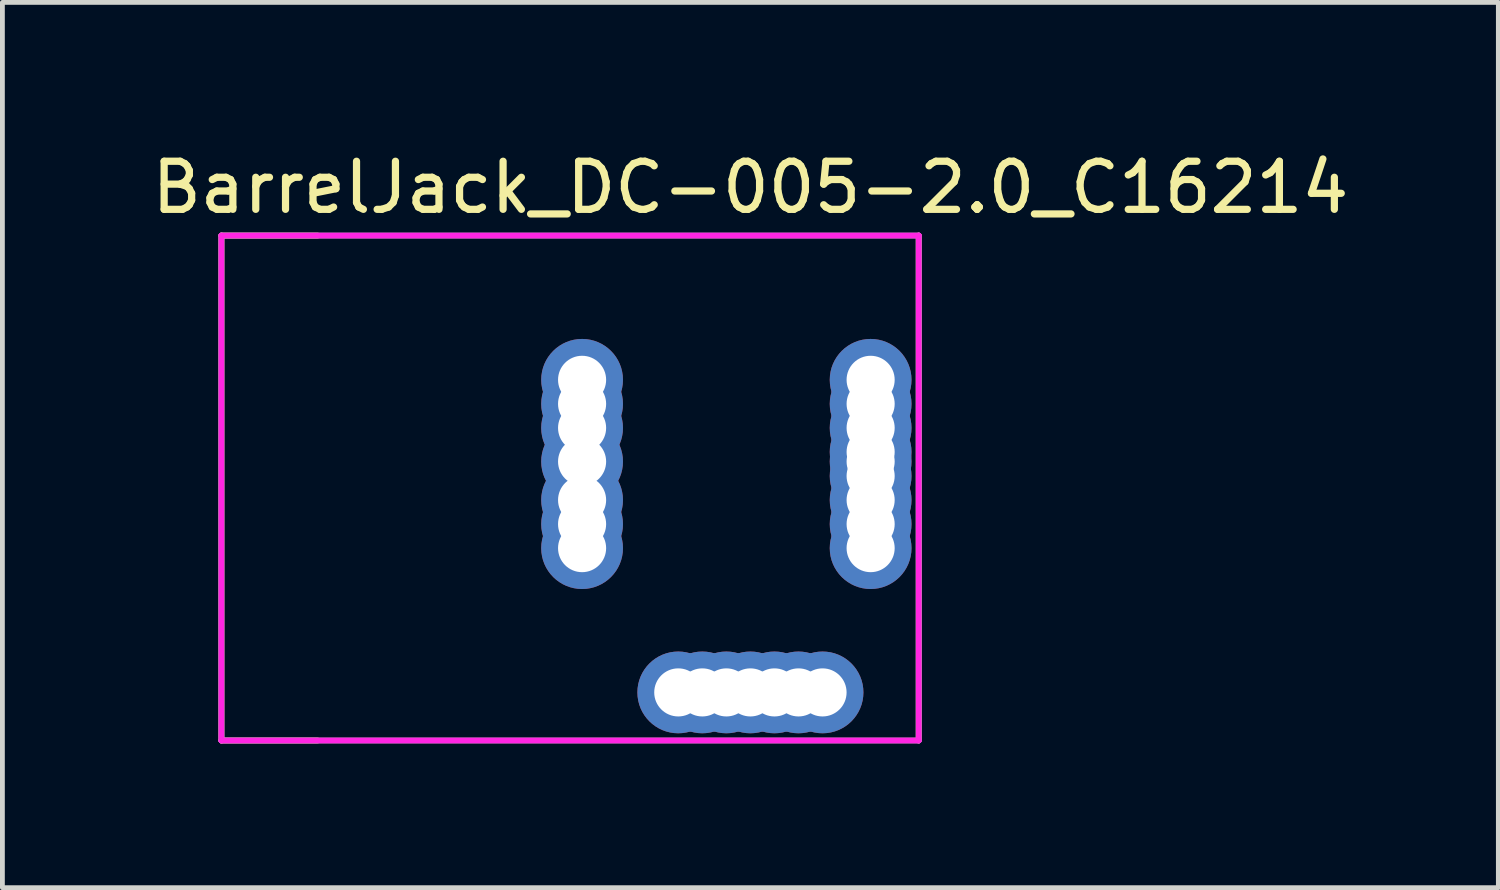
<source format=kicad_pcb>
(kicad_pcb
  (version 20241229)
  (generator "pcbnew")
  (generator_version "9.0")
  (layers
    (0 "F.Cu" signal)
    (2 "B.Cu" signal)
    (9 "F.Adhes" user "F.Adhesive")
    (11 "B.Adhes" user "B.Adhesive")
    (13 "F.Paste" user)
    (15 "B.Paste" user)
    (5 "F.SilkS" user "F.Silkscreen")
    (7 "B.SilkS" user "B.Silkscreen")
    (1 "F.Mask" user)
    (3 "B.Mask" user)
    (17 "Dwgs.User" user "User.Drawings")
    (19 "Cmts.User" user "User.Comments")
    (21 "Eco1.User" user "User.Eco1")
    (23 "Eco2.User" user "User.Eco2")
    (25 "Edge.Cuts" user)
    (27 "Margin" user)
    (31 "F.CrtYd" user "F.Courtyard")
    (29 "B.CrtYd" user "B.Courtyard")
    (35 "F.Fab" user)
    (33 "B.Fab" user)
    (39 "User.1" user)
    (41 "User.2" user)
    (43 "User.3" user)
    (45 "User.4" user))
  (footprint "BarrelJack_DC-005-2.0_C16214"
    (layer "F.Cu")
    (at 12.554 11.348)
    (property "Reference" "BarrelJack_DC-005-2.0_C16214" (at 0 -10.5 0) (layer "F.SilkS") (effects (font (size 1 1) (thickness 0.15))))
    (attr through_hole)
    (fp_line (start -11 -9.5) (end -11 1) (stroke (width 0.12) (type solid)) (layer "F.SilkS"))
    (fp_line (start -11 1) (end -9 1) (stroke (width 0.12) (type solid)) (layer "F.SilkS"))
    (fp_line (start -9 -9.5) (end -11 -9.5) (stroke (width 0.12) (type solid)) (layer "F.SilkS"))
    (fp_line (start 3.5 -9.5) (end 3.5 1) (stroke (width 0.12) (type solid)) (layer "F.SilkS"))
    (fp_line (start -11 -9.5) (end 3.5 -9.5) (stroke (width 0.12) (type solid)) (layer "F.CrtYd"))
    (fp_line (start -11 1) (end -11 -9.5) (stroke (width 0.12) (type solid)) (layer "F.CrtYd"))
    (fp_line (start 3.5 -9.5) (end 3.5 1) (stroke (width 0.12) (type solid)) (layer "F.CrtYd"))
    (fp_line (start 3.5 1) (end -11 1) (stroke (width 0.12) (type solid)) (layer "F.CrtYd"))
    (fp_line (start -11 -9.5) (end 3.5 -9.5) (stroke (width 0.12) (type solid)) (layer "F.Fab"))
    (fp_line (start -11 1) (end -11 -9.5) (stroke (width 0.12) (type solid)) (layer "F.Fab"))
    (fp_line (start 3.5 -9.5) (end 3.5 1) (stroke (width 0.12) (type solid)) (layer "F.Fab"))
    (fp_line (start 3.5 1) (end -11 1) (stroke (width 0.12) (type solid)) (layer "F.Fab"))
    (pad "1" thru_hole circle (at 2.5 -6.5) (size 1.7 1.7) (drill 1) (layers "*.Cu" "*.Mask"))
    (pad "1" thru_hole circle (at 2.5 -6) (size 1.7 1.7) (drill 1) (layers "*.Cu" "*.Mask"))
    (pad "1" thru_hole circle (at 2.5 -5.5) (size 1.7 1.7) (drill 1) (layers "*.Cu" "*.Mask"))
    (pad "1" thru_hole circle (at 2.5 -5) (size 1.7 1.7) (drill 1) (layers "*.Cu" "*.Mask"))
    (pad "1" thru_hole circle (at 2.5 -4.8) (size 1.7 1.7) (drill 1) (layers "*.Cu" "*.Mask"))
    (pad "1" thru_hole circle (at 2.5 -4.5) (size 1.7 1.7) (drill 1) (layers "*.Cu" "*.Mask"))
    (pad "1" thru_hole circle (at 2.5 -4) (size 1.7 1.7) (drill 1) (layers "*.Cu" "*.Mask"))
    (pad "1" thru_hole circle (at 2.5 -3.5) (size 1.7 1.7) (drill 1) (layers "*.Cu" "*.Mask"))
    (pad "1" thru_hole circle (at 2.5 -3) (size 1.7 1.7) (drill 1) (layers "*.Cu" "*.Mask"))
    (pad "2" thru_hole circle (at -3.5 -6.5) (size 1.7 1.7) (drill 1) (layers "*.Cu" "*.Mask"))
    (pad "2" thru_hole circle (at -3.5 -6) (size 1.7 1.7) (drill 1) (layers "*.Cu" "*.Mask"))
    (pad "2" thru_hole circle (at -3.5 -5.5) (size 1.7 1.7) (drill 1) (layers "*.Cu" "*.Mask"))
    (pad "2" thru_hole circle (at -3.5 -4.8) (size 1.7 1.7) (drill 1) (layers "*.Cu" "*.Mask"))
    (pad "2" thru_hole circle (at -3.5 -4) (size 1.7 1.7) (drill 1) (layers "*.Cu" "*.Mask"))
    (pad "2" thru_hole circle (at -3.5 -3.5) (size 1.7 1.7) (drill 1) (layers "*.Cu" "*.Mask"))
    (pad "2" thru_hole circle (at -3.5 -3) (size 1.7 1.7) (drill 1) (layers "*.Cu" "*.Mask"))
    (pad "3" thru_hole circle (at -1.5 0 90) (size 1.7 1.7) (drill 1) (layers "*.Cu" "*.Mask"))
    (pad "3" thru_hole circle (at -1 0 90) (size 1.7 1.7) (drill 1) (layers "*.Cu" "*.Mask"))
    (pad "3" thru_hole circle (at -0.5 0 90) (size 1.7 1.7) (drill 1) (layers "*.Cu" "*.Mask"))
    (pad "3" thru_hole circle (at 0 0 90) (size 1.7 1.7) (drill 1) (layers "*.Cu" "*.Mask"))
    (pad "3" thru_hole circle (at 0.5 0 90) (size 1.7 1.7) (drill 1) (layers "*.Cu" "*.Mask"))
    (pad "3" thru_hole circle (at 1 0 90) (size 1.7 1.7) (drill 1) (layers "*.Cu" "*.Mask"))
    (pad "3" thru_hole circle (at 1.5 0 90) (size 1.7 1.7) (drill 1) (layers "*.Cu" "*.Mask")))
  (gr_rect
    (start -3 -3)
    (end 28.107 15.408)
    (stroke (width 0.1) (type default))
    (fill no)
    (layer "Edge.Cuts")))
</source>
